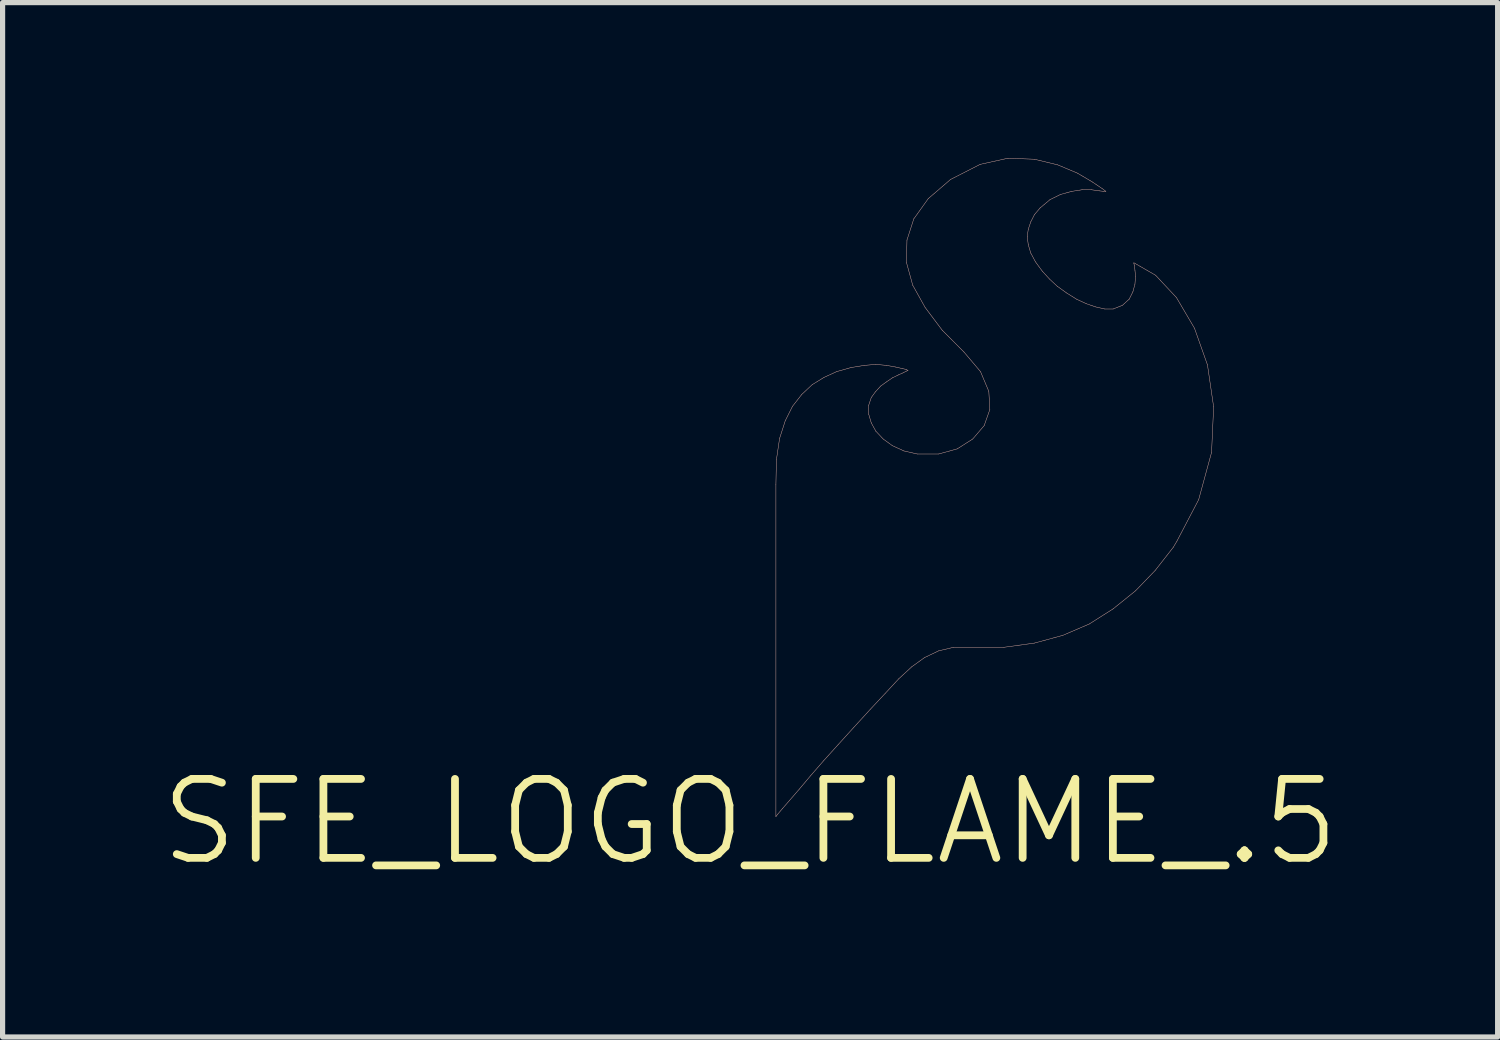
<source format=kicad_pcb>
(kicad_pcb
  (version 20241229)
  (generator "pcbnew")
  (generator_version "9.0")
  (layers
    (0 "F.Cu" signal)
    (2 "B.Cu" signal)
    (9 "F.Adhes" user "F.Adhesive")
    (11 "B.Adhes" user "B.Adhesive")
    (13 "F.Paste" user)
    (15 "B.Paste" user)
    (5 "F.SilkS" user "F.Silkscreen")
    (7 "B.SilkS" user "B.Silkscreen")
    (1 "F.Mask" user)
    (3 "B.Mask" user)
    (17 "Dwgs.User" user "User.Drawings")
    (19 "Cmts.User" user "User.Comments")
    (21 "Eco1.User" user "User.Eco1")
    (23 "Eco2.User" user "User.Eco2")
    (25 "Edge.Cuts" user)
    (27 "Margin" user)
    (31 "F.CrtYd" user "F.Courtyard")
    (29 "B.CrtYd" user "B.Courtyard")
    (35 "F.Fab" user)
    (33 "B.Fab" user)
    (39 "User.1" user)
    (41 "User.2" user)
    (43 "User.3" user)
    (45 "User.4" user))
  (footprint "SFE_LOGO_FLAME_.5"
    (layer "F.Cu")
    (at 11.43 12.813)
    (property "Reference" "SFE_LOGO_FLAME_.5" (at 0 0 0) (layer "F.SilkS") (effects (font (size 1.524 1.524) (thickness 0.15))))
    (attr exclude_from_pos_files exclude_from_bom)
    (fp_line (start 0.498 -6.507) (end 0.498 -0.099) (stroke (width 0.008) (type solid)) (layer "B.SilkS"))
    (fp_line (start 0.498 -0.099) (end 0.528 -0.14) (stroke (width 0.008) (type solid)) (layer "B.SilkS"))
    (fp_line (start 0.508 -6.988) (end 0.498 -6.507) (stroke (width 0.008) (type solid)) (layer "B.SilkS"))
    (fp_line (start 0.528 -0.14) (end 0.62 -0.249) (stroke (width 0.008) (type solid)) (layer "B.SilkS"))
    (fp_line (start 0.569 -7.399) (end 0.508 -6.988) (stroke (width 0.008) (type solid)) (layer "B.SilkS"))
    (fp_line (start 0.62 -0.249) (end 0.759 -0.409) (stroke (width 0.008) (type solid)) (layer "B.SilkS"))
    (fp_line (start 0.678 -7.739) (end 0.569 -7.399) (stroke (width 0.008) (type solid)) (layer "B.SilkS"))
    (fp_line (start 0.759 -0.409) (end 0.95 -0.63) (stroke (width 0.008) (type solid)) (layer "B.SilkS"))
    (fp_line (start 0.818 -8.019) (end 0.678 -7.739) (stroke (width 0.008) (type solid)) (layer "B.SilkS"))
    (fp_line (start 0.95 -0.63) (end 1.168 -0.889) (stroke (width 0.008) (type solid)) (layer "B.SilkS"))
    (fp_line (start 0.998 -8.25) (end 0.818 -8.019) (stroke (width 0.008) (type solid)) (layer "B.SilkS"))
    (fp_line (start 1.168 -0.889) (end 1.42 -1.179) (stroke (width 0.008) (type solid)) (layer "B.SilkS"))
    (fp_line (start 1.199 -8.438) (end 0.998 -8.25) (stroke (width 0.008) (type solid)) (layer "B.SilkS"))
    (fp_line (start 1.42 -1.179) (end 1.699 -1.488) (stroke (width 0.008) (type solid)) (layer "B.SilkS"))
    (fp_line (start 1.427 -8.578) (end 1.199 -8.438) (stroke (width 0.008) (type solid)) (layer "B.SilkS"))
    (fp_line (start 1.669 -8.689) (end 1.427 -8.578) (stroke (width 0.008) (type solid)) (layer "B.SilkS"))
    (fp_line (start 1.699 -1.488) (end 1.999 -1.819) (stroke (width 0.008) (type solid)) (layer "B.SilkS"))
    (fp_line (start 1.948 -8.768) (end 1.669 -8.689) (stroke (width 0.008) (type solid)) (layer "B.SilkS"))
    (fp_line (start 1.999 -1.819) (end 2.319 -2.169) (stroke (width 0.008) (type solid)) (layer "B.SilkS"))
    (fp_line (start 2.2 -8.809) (end 1.948 -8.768) (stroke (width 0.008) (type solid)) (layer "B.SilkS"))
    (fp_line (start 2.289 -8.039) (end 2.339 -8.189) (stroke (width 0.008) (type solid)) (layer "B.SilkS"))
    (fp_line (start 2.289 -7.869) (end 2.289 -8.039) (stroke (width 0.008) (type solid)) (layer "B.SilkS"))
    (fp_line (start 2.319 -2.169) (end 2.609 -2.479) (stroke (width 0.008) (type solid)) (layer "B.SilkS"))
    (fp_line (start 2.339 -8.189) (end 2.418 -8.298) (stroke (width 0.008) (type solid)) (layer "B.SilkS"))
    (fp_line (start 2.339 -7.699) (end 2.289 -7.869) (stroke (width 0.008) (type solid)) (layer "B.SilkS"))
    (fp_line (start 2.418 -8.298) (end 2.52 -8.41) (stroke (width 0.008) (type solid)) (layer "B.SilkS"))
    (fp_line (start 2.428 -8.829) (end 2.2 -8.809) (stroke (width 0.008) (type solid)) (layer "B.SilkS"))
    (fp_line (start 2.428 -7.539) (end 2.339 -7.699) (stroke (width 0.008) (type solid)) (layer "B.SilkS"))
    (fp_line (start 2.52 -8.41) (end 2.629 -8.489) (stroke (width 0.008) (type solid)) (layer "B.SilkS"))
    (fp_line (start 2.568 -7.389) (end 2.428 -7.539) (stroke (width 0.008) (type solid)) (layer "B.SilkS"))
    (fp_line (start 2.609 -2.479) (end 2.868 -2.758) (stroke (width 0.008) (type solid)) (layer "B.SilkS"))
    (fp_line (start 2.629 -8.489) (end 2.748 -8.57) (stroke (width 0.008) (type solid)) (layer "B.SilkS"))
    (fp_line (start 2.639 -8.809) (end 2.428 -8.829) (stroke (width 0.008) (type solid)) (layer "B.SilkS"))
    (fp_line (start 2.748 -8.57) (end 2.868 -8.628) (stroke (width 0.008) (type solid)) (layer "B.SilkS"))
    (fp_line (start 2.748 -7.259) (end 2.568 -7.389) (stroke (width 0.008) (type solid)) (layer "B.SilkS"))
    (fp_line (start 2.809 -8.778) (end 2.639 -8.809) (stroke (width 0.008) (type solid)) (layer "B.SilkS"))
    (fp_line (start 2.868 -8.628) (end 2.959 -8.669) (stroke (width 0.008) (type solid)) (layer "B.SilkS"))
    (fp_line (start 2.868 -2.758) (end 3.119 -2.99) (stroke (width 0.008) (type solid)) (layer "B.SilkS"))
    (fp_line (start 2.939 -8.748) (end 2.809 -8.778) (stroke (width 0.008) (type solid)) (layer "B.SilkS"))
    (fp_line (start 2.959 -8.669) (end 3.018 -8.7) (stroke (width 0.008) (type solid)) (layer "B.SilkS"))
    (fp_line (start 2.969 -7.158) (end 2.748 -7.259) (stroke (width 0.008) (type solid)) (layer "B.SilkS"))
    (fp_line (start 3.018 -10.798) (end 3.139 -10.358) (stroke (width 0.008) (type solid)) (layer "B.SilkS"))
    (fp_line (start 3.018 -8.73) (end 2.939 -8.748) (stroke (width 0.008) (type solid)) (layer "B.SilkS"))
    (fp_line (start 3.018 -8.7) (end 3.048 -8.71) (stroke (width 0.008) (type solid)) (layer "B.SilkS"))
    (fp_line (start 3.028 -11.229) (end 3.018 -10.798) (stroke (width 0.008) (type solid)) (layer "B.SilkS"))
    (fp_line (start 3.048 -8.71) (end 3.018 -8.73) (stroke (width 0.008) (type solid)) (layer "B.SilkS"))
    (fp_line (start 3.119 -2.99) (end 3.368 -3.17) (stroke (width 0.008) (type solid)) (layer "B.SilkS"))
    (fp_line (start 3.139 -10.358) (end 3.378 -9.929) (stroke (width 0.008) (type solid)) (layer "B.SilkS"))
    (fp_line (start 3.16 -11.638) (end 3.028 -11.229) (stroke (width 0.008) (type solid)) (layer "B.SilkS"))
    (fp_line (start 3.228 -7.099) (end 2.969 -7.158) (stroke (width 0.008) (type solid)) (layer "B.SilkS"))
    (fp_line (start 3.368 -3.17) (end 3.64 -3.299) (stroke (width 0.008) (type solid)) (layer "B.SilkS"))
    (fp_line (start 3.378 -9.929) (end 3.708 -9.489) (stroke (width 0.008) (type solid)) (layer "B.SilkS"))
    (fp_line (start 3.439 -12.029) (end 3.16 -11.638) (stroke (width 0.008) (type solid)) (layer "B.SilkS"))
    (fp_line (start 3.64 -7.099) (end 3.228 -7.099) (stroke (width 0.008) (type solid)) (layer "B.SilkS"))
    (fp_line (start 3.64 -3.299) (end 3.929 -3.368) (stroke (width 0.008) (type solid)) (layer "B.SilkS"))
    (fp_line (start 3.708 -9.489) (end 4.128 -9.068) (stroke (width 0.008) (type solid)) (layer "B.SilkS"))
    (fp_line (start 3.868 -12.398) (end 3.439 -12.029) (stroke (width 0.008) (type solid)) (layer "B.SilkS"))
    (fp_line (start 3.929 -3.368) (end 4.9 -3.368) (stroke (width 0.008) (type solid)) (layer "B.SilkS"))
    (fp_line (start 3.998 -7.198) (end 3.64 -7.099) (stroke (width 0.008) (type solid)) (layer "B.SilkS"))
    (fp_line (start 4.128 -9.068) (end 4.448 -8.689) (stroke (width 0.008) (type solid)) (layer "B.SilkS"))
    (fp_line (start 4.298 -7.389) (end 3.998 -7.198) (stroke (width 0.008) (type solid)) (layer "B.SilkS"))
    (fp_line (start 4.44 -12.69) (end 3.868 -12.398) (stroke (width 0.008) (type solid)) (layer "B.SilkS"))
    (fp_line (start 4.448 -8.689) (end 4.608 -8.308) (stroke (width 0.008) (type solid)) (layer "B.SilkS"))
    (fp_line (start 4.519 -7.648) (end 4.298 -7.389) (stroke (width 0.008) (type solid)) (layer "B.SilkS"))
    (fp_line (start 4.608 -8.308) (end 4.628 -7.958) (stroke (width 0.008) (type solid)) (layer "B.SilkS"))
    (fp_line (start 4.628 -7.958) (end 4.519 -7.648) (stroke (width 0.008) (type solid)) (layer "B.SilkS"))
    (fp_line (start 4.9 -3.368) (end 5.489 -3.449) (stroke (width 0.008) (type solid)) (layer "B.SilkS"))
    (fp_line (start 4.978 -12.809) (end 4.44 -12.69) (stroke (width 0.008) (type solid)) (layer "B.SilkS"))
    (fp_line (start 5.349 -11.298) (end 5.37 -11.438) (stroke (width 0.008) (type solid)) (layer "B.SilkS"))
    (fp_line (start 5.37 -11.438) (end 5.418 -11.58) (stroke (width 0.008) (type solid)) (layer "B.SilkS"))
    (fp_line (start 5.37 -11.138) (end 5.349 -11.298) (stroke (width 0.008) (type solid)) (layer "B.SilkS"))
    (fp_line (start 5.418 -11.58) (end 5.489 -11.72) (stroke (width 0.008) (type solid)) (layer "B.SilkS"))
    (fp_line (start 5.418 -10.978) (end 5.37 -11.138) (stroke (width 0.008) (type solid)) (layer "B.SilkS"))
    (fp_line (start 5.489 -12.789) (end 4.978 -12.809) (stroke (width 0.008) (type solid)) (layer "B.SilkS"))
    (fp_line (start 5.489 -11.72) (end 5.598 -11.849) (stroke (width 0.008) (type solid)) (layer "B.SilkS"))
    (fp_line (start 5.489 -3.449) (end 6.038 -3.599) (stroke (width 0.008) (type solid)) (layer "B.SilkS"))
    (fp_line (start 5.509 -10.808) (end 5.418 -10.978) (stroke (width 0.008) (type solid)) (layer "B.SilkS"))
    (fp_line (start 5.598 -11.849) (end 5.789 -12.009) (stroke (width 0.008) (type solid)) (layer "B.SilkS"))
    (fp_line (start 5.639 -10.63) (end 5.509 -10.808) (stroke (width 0.008) (type solid)) (layer "B.SilkS"))
    (fp_line (start 5.779 -10.477) (end 5.639 -10.63) (stroke (width 0.008) (type solid)) (layer "B.SilkS"))
    (fp_line (start 5.789 -12.009) (end 5.989 -12.108) (stroke (width 0.008) (type solid)) (layer "B.SilkS"))
    (fp_line (start 5.928 -10.338) (end 5.779 -10.477) (stroke (width 0.008) (type solid)) (layer "B.SilkS"))
    (fp_line (start 5.939 -12.68) (end 5.489 -12.789) (stroke (width 0.008) (type solid)) (layer "B.SilkS"))
    (fp_line (start 5.989 -12.108) (end 6.208 -12.169) (stroke (width 0.008) (type solid)) (layer "B.SilkS"))
    (fp_line (start 6.038 -3.599) (end 6.548 -3.818) (stroke (width 0.008) (type solid)) (layer "B.SilkS"))
    (fp_line (start 6.109 -10.208) (end 5.928 -10.338) (stroke (width 0.008) (type solid)) (layer "B.SilkS"))
    (fp_line (start 6.208 -12.169) (end 6.408 -12.2) (stroke (width 0.008) (type solid)) (layer "B.SilkS"))
    (fp_line (start 6.299 -10.089) (end 6.109 -10.208) (stroke (width 0.008) (type solid)) (layer "B.SilkS"))
    (fp_line (start 6.32 -12.52) (end 5.939 -12.68) (stroke (width 0.008) (type solid)) (layer "B.SilkS"))
    (fp_line (start 6.408 -12.2) (end 6.589 -12.2) (stroke (width 0.008) (type solid)) (layer "B.SilkS"))
    (fp_line (start 6.49 -10) (end 6.299 -10.089) (stroke (width 0.008) (type solid)) (layer "B.SilkS"))
    (fp_line (start 6.548 -3.818) (end 7.008 -4.11) (stroke (width 0.008) (type solid)) (layer "B.SilkS"))
    (fp_line (start 6.589 -12.2) (end 6.739 -12.179) (stroke (width 0.008) (type solid)) (layer "B.SilkS"))
    (fp_line (start 6.609 -12.349) (end 6.32 -12.52) (stroke (width 0.008) (type solid)) (layer "B.SilkS"))
    (fp_line (start 6.668 -9.939) (end 6.49 -10) (stroke (width 0.008) (type solid)) (layer "B.SilkS"))
    (fp_line (start 6.739 -12.179) (end 6.828 -12.169) (stroke (width 0.008) (type solid)) (layer "B.SilkS"))
    (fp_line (start 6.8 -12.22) (end 6.609 -12.349) (stroke (width 0.008) (type solid)) (layer "B.SilkS"))
    (fp_line (start 6.828 -12.169) (end 6.868 -12.169) (stroke (width 0.008) (type solid)) (layer "B.SilkS"))
    (fp_line (start 6.848 -9.898) (end 6.668 -9.939) (stroke (width 0.008) (type solid)) (layer "B.SilkS"))
    (fp_line (start 6.868 -12.169) (end 6.8 -12.22) (stroke (width 0.008) (type solid)) (layer "B.SilkS"))
    (fp_line (start 7.008 -9.898) (end 6.848 -9.898) (stroke (width 0.008) (type solid)) (layer "B.SilkS"))
    (fp_line (start 7.008 -4.11) (end 7.44 -4.458) (stroke (width 0.008) (type solid)) (layer "B.SilkS"))
    (fp_line (start 7.188 -9.97) (end 7.008 -9.898) (stroke (width 0.008) (type solid)) (layer "B.SilkS"))
    (fp_line (start 7.318 -10.089) (end 7.188 -9.97) (stroke (width 0.008) (type solid)) (layer "B.SilkS"))
    (fp_line (start 7.389 -10.229) (end 7.318 -10.089) (stroke (width 0.008) (type solid)) (layer "B.SilkS"))
    (fp_line (start 7.409 -10.79) (end 7.409 -10.77) (stroke (width 0.008) (type solid)) (layer "B.SilkS"))
    (fp_line (start 7.409 -10.77) (end 7.419 -10.739) (stroke (width 0.008) (type solid)) (layer "B.SilkS"))
    (fp_line (start 7.419 -10.739) (end 7.429 -10.648) (stroke (width 0.008) (type solid)) (layer "B.SilkS"))
    (fp_line (start 7.429 -10.648) (end 7.44 -10.528) (stroke (width 0.008) (type solid)) (layer "B.SilkS"))
    (fp_line (start 7.429 -10.378) (end 7.389 -10.229) (stroke (width 0.008) (type solid)) (layer "B.SilkS"))
    (fp_line (start 7.44 -10.528) (end 7.429 -10.378) (stroke (width 0.008) (type solid)) (layer "B.SilkS"))
    (fp_line (start 7.44 -4.458) (end 7.818 -4.849) (stroke (width 0.008) (type solid)) (layer "B.SilkS"))
    (fp_line (start 7.818 -4.849) (end 8.169 -5.298) (stroke (width 0.008) (type solid)) (layer "B.SilkS"))
    (fp_line (start 7.828 -10.549) (end 7.409 -10.79) (stroke (width 0.008) (type solid)) (layer "B.SilkS"))
    (fp_line (start 8.169 -5.298) (end 8.24 -5.418) (stroke (width 0.008) (type solid)) (layer "B.SilkS"))
    (fp_line (start 8.23 -10.119) (end 7.828 -10.549) (stroke (width 0.008) (type solid)) (layer "B.SilkS"))
    (fp_line (start 8.24 -5.418) (end 8.659 -6.218) (stroke (width 0.008) (type solid)) (layer "B.SilkS"))
    (fp_line (start 8.578 -9.528) (end 8.23 -10.119) (stroke (width 0.008) (type solid)) (layer "B.SilkS"))
    (fp_line (start 8.659 -6.218) (end 8.908 -7.13) (stroke (width 0.008) (type solid)) (layer "B.SilkS"))
    (fp_line (start 8.829 -8.819) (end 8.578 -9.528) (stroke (width 0.008) (type solid)) (layer "B.SilkS"))
    (fp_line (start 8.908 -7.13) (end 8.948 -8.009) (stroke (width 0.008) (type solid)) (layer "B.SilkS"))
    (fp_line (start 8.948 -8.009) (end 8.829 -8.819) (stroke (width 0.008) (type solid)) (layer "B.SilkS")))
  (gr_rect
    (start -3 -3)
    (end 25.86 16.968)
    (stroke (width 0.1) (type default))
    (fill no)
    (layer "Edge.Cuts")))
</source>
